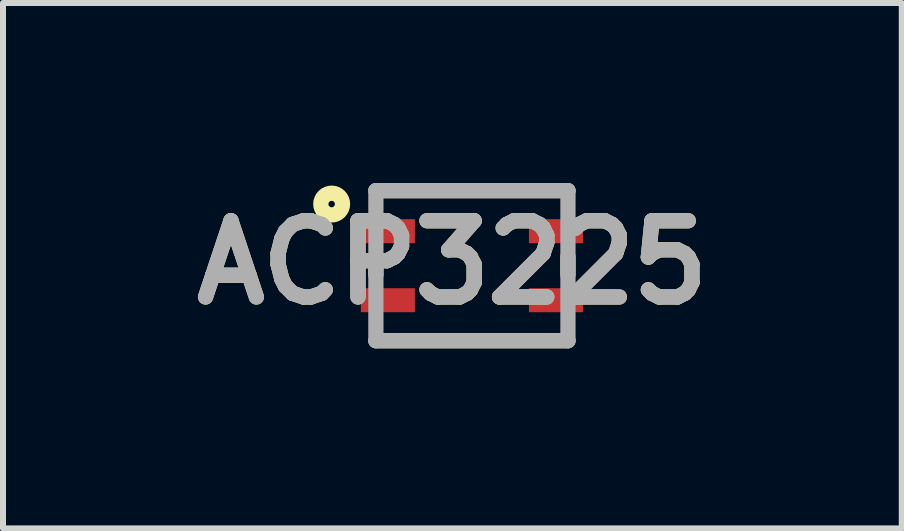
<source format=kicad_pcb>
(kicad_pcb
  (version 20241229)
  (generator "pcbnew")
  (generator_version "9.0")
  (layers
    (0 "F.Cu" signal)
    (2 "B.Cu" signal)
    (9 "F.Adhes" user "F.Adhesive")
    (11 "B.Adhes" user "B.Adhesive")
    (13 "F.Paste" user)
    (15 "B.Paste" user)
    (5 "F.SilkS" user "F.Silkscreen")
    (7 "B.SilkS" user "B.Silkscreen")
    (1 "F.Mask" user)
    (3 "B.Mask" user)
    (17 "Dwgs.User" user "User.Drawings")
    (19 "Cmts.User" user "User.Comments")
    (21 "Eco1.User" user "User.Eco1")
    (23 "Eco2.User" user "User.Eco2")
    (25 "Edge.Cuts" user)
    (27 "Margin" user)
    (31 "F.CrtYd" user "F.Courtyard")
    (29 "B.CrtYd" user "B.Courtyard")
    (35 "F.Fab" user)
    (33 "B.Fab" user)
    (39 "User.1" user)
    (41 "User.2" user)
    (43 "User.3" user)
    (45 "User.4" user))
  (footprint "ACP3225"
    (layer "F.Cu")
    (at 4.813 1.377)
    (property "Reference" "ACP3225" (at -0.326 -0.053 0) (layer "F.SilkS") (effects (font (size 1.27 1.27) (thickness 0.254))))
    (attr smd)
    (fp_line (start -1.6 -1.25) (end 1.6 -1.25) (stroke (width 0.254) (type solid)) (layer "F.SilkS"))
    (fp_line (start -1.6 -0.15) (end -1.6 0.15) (stroke (width 0.254) (type solid)) (layer "F.SilkS"))
    (fp_line (start -1.6 1.25) (end 1.6 1.25) (stroke (width 0.254) (type solid)) (layer "F.SilkS"))
    (fp_line (start 1.6 -0.15) (end 1.6 0.15) (stroke (width 0.254) (type solid)) (layer "F.SilkS"))
    (fp_circle (center -2.337 -1.027) (end -2.337 -0.973) (stroke (width 0.254) (type solid)) (fill no) (layer "F.SilkS"))
    (fp_line (start -1.6 -1.25) (end 1.6 -1.25) (stroke (width 0.254) (type solid)) (layer "F.Fab"))
    (fp_line (start -1.6 1.25) (end -1.6 -1.25) (stroke (width 0.254) (type solid)) (layer "F.Fab"))
    (fp_line (start 1.6 -1.25) (end 1.6 1.25) (stroke (width 0.254) (type solid)) (layer "F.Fab"))
    (fp_line (start 1.6 1.25) (end -1.6 1.25) (stroke (width 0.254) (type solid)) (layer "F.Fab"))
    (fp_text user "${REFERENCE}" (at -0.326 -0.053 0) (layer "F.Fab") (effects (font (size 1.27 1.27) (thickness 0.254))))
    (pad "1" smd rect (at -1.4 -0.575 90) (size 0.4 0.9) (layers "F.Cu" "F.Mask" "F.Paste"))
    (pad "2" smd rect (at -1.4 0.575 90) (size 0.4 0.9) (layers "F.Cu" "F.Mask" "F.Paste"))
    (pad "3" smd rect (at 1.4 0.575 90) (size 0.4 0.9) (layers "F.Cu" "F.Mask" "F.Paste"))
    (pad "4" smd rect (at 1.4 -0.575 90) (size 0.4 0.9) (layers "F.Cu" "F.Mask" "F.Paste")))
  (gr_rect
    (start -3 -3)
    (end 11.975 5.754)
    (stroke (width 0.1) (type default))
    (fill no)
    (layer "Edge.Cuts")))
</source>
